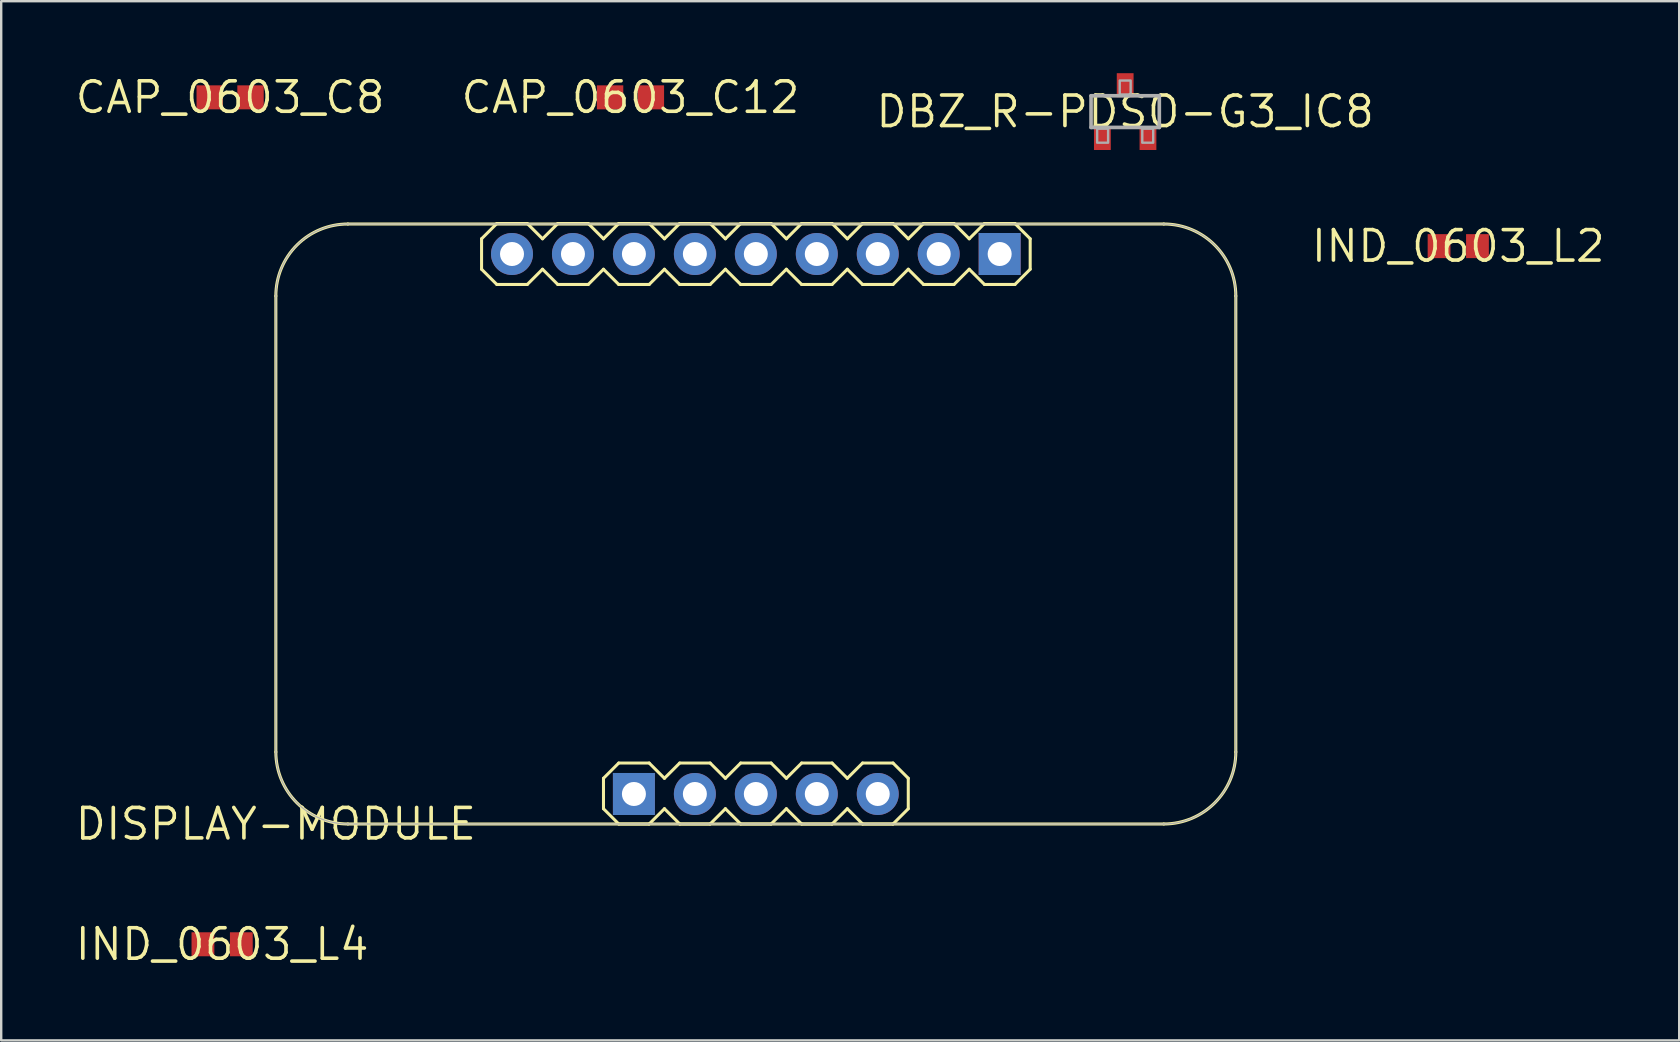
<source format=kicad_pcb>
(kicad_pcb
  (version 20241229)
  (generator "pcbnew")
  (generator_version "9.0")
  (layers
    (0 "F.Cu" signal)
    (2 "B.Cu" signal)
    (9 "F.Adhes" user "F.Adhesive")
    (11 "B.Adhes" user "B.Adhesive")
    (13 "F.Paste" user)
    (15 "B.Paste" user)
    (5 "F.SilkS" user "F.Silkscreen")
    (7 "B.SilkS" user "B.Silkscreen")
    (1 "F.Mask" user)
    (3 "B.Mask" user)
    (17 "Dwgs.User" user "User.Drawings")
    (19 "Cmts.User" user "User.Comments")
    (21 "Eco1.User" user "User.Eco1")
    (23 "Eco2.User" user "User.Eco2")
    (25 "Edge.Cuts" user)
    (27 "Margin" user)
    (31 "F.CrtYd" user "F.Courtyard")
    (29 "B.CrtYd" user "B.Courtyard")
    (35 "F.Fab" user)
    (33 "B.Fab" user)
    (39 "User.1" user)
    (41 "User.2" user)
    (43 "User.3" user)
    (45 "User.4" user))
  (footprint "IND_0603_L4"
    (layer "F.Cu")
    (at 6.206 36.296)
    (property "Reference" "IND_0603_L4" (at 0 0 0) (layer "F.SilkS") (effects (font (size 1.27 1.27) (thickness 0.15))))
    (pad "1" smd rect (at -0.8 0 90) (size 1 0.95) (layers "F.Cu" "F.Mask" "F.Paste"))
    (pad "2" smd rect (at 0.8 0 90) (size 1 0.95) (layers "F.Cu" "F.Mask" "F.Paste")))
  (footprint "IND_0603_L2"
    (layer "F.Cu")
    (at 57.713 7.206)
    (property "Reference" "IND_0603_L2" (at 0 0 0) (layer "F.SilkS") (effects (font (size 1.27 1.27) (thickness 0.15))))
    (pad "1" smd rect (at -0.8 0 90) (size 1 0.95) (layers "F.Cu" "F.Mask" "F.Paste"))
    (pad "2" smd rect (at 0.8 0 90) (size 1 0.95) (layers "F.Cu" "F.Mask" "F.Paste")))
  (footprint "CAP_0603_C8"
    (layer "F.Cu")
    (at 6.539 1.006)
    (property "Reference" "CAP_0603_C8" (at 0 0 0) (layer "F.SilkS") (effects (font (size 1.27 1.27) (thickness 0.15))))
    (pad "1" smd rect (at -0.85 0 90) (size 1 1.1) (layers "F.Cu" "F.Mask" "F.Paste"))
    (pad "2" smd rect (at 0.85 0 90) (size 1 1.1) (layers "F.Cu" "F.Mask" "F.Paste")))
  (footprint "DISPLAY-MODULE"
    (layer "F.Cu")
    (at 8.444 31.284)
    (property "Reference" "DISPLAY-MODULE" (at 0 0 0) (layer "F.SilkS") (effects (font (size 1.27 1.27) (thickness 0.15))))
    (fp_circle (center 9.84 -23.75) (end 10.277 -23.75) (stroke (width 0.875) (type solid)) (fill yes) (layer "F.Mask"))
    (fp_circle (center 12.38 -23.75) (end 12.818 -23.75) (stroke (width 0.875) (type solid)) (fill yes) (layer "F.Mask"))
    (fp_circle (center 14.92 -23.75) (end 15.357 -23.75) (stroke (width 0.875) (type solid)) (fill yes) (layer "F.Mask"))
    (fp_circle (center 17.46 -23.75) (end 17.898 -23.75) (stroke (width 0.875) (type solid)) (fill yes) (layer "F.Mask"))
    (fp_circle (center 17.46 -1.25) (end 17.898 -1.25) (stroke (width 0.875) (type solid)) (fill yes) (layer "F.Mask"))
    (fp_circle (center 20 -23.75) (end 20.438 -23.75) (stroke (width 0.875) (type solid)) (fill yes) (layer "F.Mask"))
    (fp_circle (center 20 -1.25) (end 20.438 -1.25) (stroke (width 0.875) (type solid)) (fill yes) (layer "F.Mask"))
    (fp_circle (center 22.54 -23.75) (end 22.977 -23.75) (stroke (width 0.875) (type solid)) (fill yes) (layer "F.Mask"))
    (fp_circle (center 22.54 -1.25) (end 22.977 -1.25) (stroke (width 0.875) (type solid)) (fill yes) (layer "F.Mask"))
    (fp_circle (center 25.08 -23.75) (end 25.517 -23.75) (stroke (width 0.875) (type solid)) (fill yes) (layer "F.Mask"))
    (fp_circle (center 25.08 -1.25) (end 25.517 -1.25) (stroke (width 0.875) (type solid)) (fill yes) (layer "F.Mask"))
    (fp_circle (center 27.62 -23.75) (end 28.058 -23.75) (stroke (width 0.875) (type solid)) (fill yes) (layer "F.Mask"))
    (fp_poly (pts (xy 14.045 -2.125) (xy 15.795 -2.125) (xy 15.795 -0.375) (xy 14.045 -0.375)) (stroke (width 0) (type default)) (fill yes) (layer "F.Mask"))
    (fp_poly (pts (xy 29.285 -24.625) (xy 31.035 -24.625) (xy 31.035 -22.875) (xy 29.285 -22.875)) (stroke (width 0) (type default)) (fill yes) (layer "F.Mask"))
    (fp_circle (center 9.84 -23.75) (end 10.277 -23.75) (stroke (width 0.875) (type solid)) (fill yes) (layer "B.Mask"))
    (fp_circle (center 12.38 -23.75) (end 12.818 -23.75) (stroke (width 0.875) (type solid)) (fill yes) (layer "B.Mask"))
    (fp_circle (center 14.92 -23.75) (end 15.357 -23.75) (stroke (width 0.875) (type solid)) (fill yes) (layer "B.Mask"))
    (fp_circle (center 17.46 -23.75) (end 17.898 -23.75) (stroke (width 0.875) (type solid)) (fill yes) (layer "B.Mask"))
    (fp_circle (center 17.46 -1.25) (end 17.898 -1.25) (stroke (width 0.875) (type solid)) (fill yes) (layer "B.Mask"))
    (fp_circle (center 20 -23.75) (end 20.438 -23.75) (stroke (width 0.875) (type solid)) (fill yes) (layer "B.Mask"))
    (fp_circle (center 20 -1.25) (end 20.438 -1.25) (stroke (width 0.875) (type solid)) (fill yes) (layer "B.Mask"))
    (fp_circle (center 22.54 -23.75) (end 22.977 -23.75) (stroke (width 0.875) (type solid)) (fill yes) (layer "B.Mask"))
    (fp_circle (center 22.54 -1.25) (end 22.977 -1.25) (stroke (width 0.875) (type solid)) (fill yes) (layer "B.Mask"))
    (fp_circle (center 25.08 -23.75) (end 25.517 -23.75) (stroke (width 0.875) (type solid)) (fill yes) (layer "B.Mask"))
    (fp_circle (center 25.08 -1.25) (end 25.517 -1.25) (stroke (width 0.875) (type solid)) (fill yes) (layer "B.Mask"))
    (fp_circle (center 27.62 -23.75) (end 28.058 -23.75) (stroke (width 0.875) (type solid)) (fill yes) (layer "B.Mask"))
    (fp_poly (pts (xy 14.045 -2.125) (xy 15.795 -2.125) (xy 15.795 -0.375) (xy 14.045 -0.375)) (stroke (width 0) (type default)) (fill yes) (layer "B.Mask"))
    (fp_poly (pts (xy 29.285 -24.625) (xy 31.035 -24.625) (xy 31.035 -22.875) (xy 29.285 -22.875)) (stroke (width 0) (type default)) (fill yes) (layer "B.Mask"))
    (fp_line (start 0 -22) (end 0 -3) (stroke (width 0.127) (type solid)) (layer "F.SilkS"))
    (fp_line (start 3 -25) (end 37 -25) (stroke (width 0.127) (type solid)) (layer "F.SilkS"))
    (fp_line (start 8.572 -24.384) (end 9.208 -25.02) (stroke (width 0.127) (type solid)) (layer "F.SilkS"))
    (fp_line (start 8.572 -23.116) (end 8.572 -24.384) (stroke (width 0.127) (type solid)) (layer "F.SilkS"))
    (fp_line (start 9.208 -25.02) (end 10.476 -25.02) (stroke (width 0.127) (type solid)) (layer "F.SilkS"))
    (fp_line (start 9.208 -22.48) (end 8.572 -23.116) (stroke (width 0.127) (type solid)) (layer "F.SilkS"))
    (fp_line (start 10.476 -25.02) (end 11.112 -24.384) (stroke (width 0.127) (type solid)) (layer "F.SilkS"))
    (fp_line (start 10.476 -22.48) (end 9.208 -22.48) (stroke (width 0.127) (type solid)) (layer "F.SilkS"))
    (fp_line (start 11.112 -24.384) (end 11.748 -25.02) (stroke (width 0.127) (type solid)) (layer "F.SilkS"))
    (fp_line (start 11.112 -23.116) (end 10.476 -22.48) (stroke (width 0.127) (type solid)) (layer "F.SilkS"))
    (fp_line (start 11.748 -25.02) (end 13.016 -25.02) (stroke (width 0.127) (type solid)) (layer "F.SilkS"))
    (fp_line (start 11.748 -22.48) (end 11.112 -23.116) (stroke (width 0.127) (type solid)) (layer "F.SilkS"))
    (fp_line (start 13.016 -25.02) (end 13.652 -24.384) (stroke (width 0.127) (type solid)) (layer "F.SilkS"))
    (fp_line (start 13.016 -22.48) (end 11.748 -22.48) (stroke (width 0.127) (type solid)) (layer "F.SilkS"))
    (fp_line (start 13.652 -24.384) (end 14.288 -25.02) (stroke (width 0.127) (type solid)) (layer "F.SilkS"))
    (fp_line (start 13.652 -23.116) (end 13.016 -22.48) (stroke (width 0.127) (type solid)) (layer "F.SilkS"))
    (fp_line (start 13.652 -1.904) (end 14.288 -2.54) (stroke (width 0.127) (type solid)) (layer "F.SilkS"))
    (fp_line (start 13.652 -0.636) (end 13.652 -1.904) (stroke (width 0.127) (type solid)) (layer "F.SilkS"))
    (fp_line (start 14.288 -25.02) (end 15.556 -25.02) (stroke (width 0.127) (type solid)) (layer "F.SilkS"))
    (fp_line (start 14.288 -22.48) (end 13.652 -23.116) (stroke (width 0.127) (type solid)) (layer "F.SilkS"))
    (fp_line (start 14.288 -2.54) (end 15.556 -2.54) (stroke (width 0.127) (type solid)) (layer "F.SilkS"))
    (fp_line (start 14.288 0) (end 13.652 -0.636) (stroke (width 0.127) (type solid)) (layer "F.SilkS"))
    (fp_line (start 15.556 -25.02) (end 16.192 -24.384) (stroke (width 0.127) (type solid)) (layer "F.SilkS"))
    (fp_line (start 15.556 -22.48) (end 14.288 -22.48) (stroke (width 0.127) (type solid)) (layer "F.SilkS"))
    (fp_line (start 15.556 -2.54) (end 16.192 -1.904) (stroke (width 0.127) (type solid)) (layer "F.SilkS"))
    (fp_line (start 15.556 0) (end 14.288 0) (stroke (width 0.127) (type solid)) (layer "F.SilkS"))
    (fp_line (start 16.192 -24.384) (end 16.828 -25.02) (stroke (width 0.127) (type solid)) (layer "F.SilkS"))
    (fp_line (start 16.192 -23.116) (end 15.556 -22.48) (stroke (width 0.127) (type solid)) (layer "F.SilkS"))
    (fp_line (start 16.192 -1.904) (end 16.828 -2.54) (stroke (width 0.127) (type solid)) (layer "F.SilkS"))
    (fp_line (start 16.192 -0.636) (end 15.556 0) (stroke (width 0.127) (type solid)) (layer "F.SilkS"))
    (fp_line (start 16.828 -25.02) (end 18.096 -25.02) (stroke (width 0.127) (type solid)) (layer "F.SilkS"))
    (fp_line (start 16.828 -22.48) (end 16.192 -23.116) (stroke (width 0.127) (type solid)) (layer "F.SilkS"))
    (fp_line (start 16.828 -2.54) (end 18.096 -2.54) (stroke (width 0.127) (type solid)) (layer "F.SilkS"))
    (fp_line (start 16.828 0) (end 16.192 -0.636) (stroke (width 0.127) (type solid)) (layer "F.SilkS"))
    (fp_line (start 18.096 -25.02) (end 18.732 -24.384) (stroke (width 0.127) (type solid)) (layer "F.SilkS"))
    (fp_line (start 18.096 -22.48) (end 16.828 -22.48) (stroke (width 0.127) (type solid)) (layer "F.SilkS"))
    (fp_line (start 18.096 -2.54) (end 18.732 -1.904) (stroke (width 0.127) (type solid)) (layer "F.SilkS"))
    (fp_line (start 18.096 0) (end 16.828 0) (stroke (width 0.127) (type solid)) (layer "F.SilkS"))
    (fp_line (start 18.732 -24.384) (end 19.368 -25.02) (stroke (width 0.127) (type solid)) (layer "F.SilkS"))
    (fp_line (start 18.732 -23.116) (end 18.096 -22.48) (stroke (width 0.127) (type solid)) (layer "F.SilkS"))
    (fp_line (start 18.732 -1.904) (end 19.368 -2.54) (stroke (width 0.127) (type solid)) (layer "F.SilkS"))
    (fp_line (start 18.732 -0.636) (end 18.096 0) (stroke (width 0.127) (type solid)) (layer "F.SilkS"))
    (fp_line (start 19.368 -25.02) (end 20.636 -25.02) (stroke (width 0.127) (type solid)) (layer "F.SilkS"))
    (fp_line (start 19.368 -22.48) (end 18.732 -23.116) (stroke (width 0.127) (type solid)) (layer "F.SilkS"))
    (fp_line (start 19.368 -2.54) (end 20.636 -2.54) (stroke (width 0.127) (type solid)) (layer "F.SilkS"))
    (fp_line (start 19.368 0) (end 18.732 -0.636) (stroke (width 0.127) (type solid)) (layer "F.SilkS"))
    (fp_line (start 20.636 -25.02) (end 21.272 -24.384) (stroke (width 0.127) (type solid)) (layer "F.SilkS"))
    (fp_line (start 20.636 -22.48) (end 19.368 -22.48) (stroke (width 0.127) (type solid)) (layer "F.SilkS"))
    (fp_line (start 20.636 -2.54) (end 21.272 -1.904) (stroke (width 0.127) (type solid)) (layer "F.SilkS"))
    (fp_line (start 20.636 0) (end 19.368 0) (stroke (width 0.127) (type solid)) (layer "F.SilkS"))
    (fp_line (start 21.272 -24.384) (end 21.908 -25.02) (stroke (width 0.127) (type solid)) (layer "F.SilkS"))
    (fp_line (start 21.272 -23.116) (end 20.636 -22.48) (stroke (width 0.127) (type solid)) (layer "F.SilkS"))
    (fp_line (start 21.272 -1.904) (end 21.908 -2.54) (stroke (width 0.127) (type solid)) (layer "F.SilkS"))
    (fp_line (start 21.272 -0.636) (end 20.636 0) (stroke (width 0.127) (type solid)) (layer "F.SilkS"))
    (fp_line (start 21.908 -25.02) (end 23.176 -25.02) (stroke (width 0.127) (type solid)) (layer "F.SilkS"))
    (fp_line (start 21.908 -22.48) (end 21.272 -23.116) (stroke (width 0.127) (type solid)) (layer "F.SilkS"))
    (fp_line (start 21.908 -2.54) (end 23.176 -2.54) (stroke (width 0.127) (type solid)) (layer "F.SilkS"))
    (fp_line (start 21.908 0) (end 21.272 -0.636) (stroke (width 0.127) (type solid)) (layer "F.SilkS"))
    (fp_line (start 23.176 -25.02) (end 23.812 -24.384) (stroke (width 0.127) (type solid)) (layer "F.SilkS"))
    (fp_line (start 23.176 -22.48) (end 21.908 -22.48) (stroke (width 0.127) (type solid)) (layer "F.SilkS"))
    (fp_line (start 23.176 -2.54) (end 23.812 -1.904) (stroke (width 0.127) (type solid)) (layer "F.SilkS"))
    (fp_line (start 23.176 0) (end 21.908 0) (stroke (width 0.127) (type solid)) (layer "F.SilkS"))
    (fp_line (start 23.812 -24.384) (end 24.448 -25.02) (stroke (width 0.127) (type solid)) (layer "F.SilkS"))
    (fp_line (start 23.812 -23.116) (end 23.176 -22.48) (stroke (width 0.127) (type solid)) (layer "F.SilkS"))
    (fp_line (start 23.812 -1.904) (end 24.448 -2.54) (stroke (width 0.127) (type solid)) (layer "F.SilkS"))
    (fp_line (start 23.812 -0.636) (end 23.176 0) (stroke (width 0.127) (type solid)) (layer "F.SilkS"))
    (fp_line (start 24.448 -25.02) (end 25.716 -25.02) (stroke (width 0.127) (type solid)) (layer "F.SilkS"))
    (fp_line (start 24.448 -22.48) (end 23.812 -23.116) (stroke (width 0.127) (type solid)) (layer "F.SilkS"))
    (fp_line (start 24.448 -2.54) (end 25.716 -2.54) (stroke (width 0.127) (type solid)) (layer "F.SilkS"))
    (fp_line (start 24.448 0) (end 23.812 -0.636) (stroke (width 0.127) (type solid)) (layer "F.SilkS"))
    (fp_line (start 25.716 -25.02) (end 26.352 -24.384) (stroke (width 0.127) (type solid)) (layer "F.SilkS"))
    (fp_line (start 25.716 -22.48) (end 24.448 -22.48) (stroke (width 0.127) (type solid)) (layer "F.SilkS"))
    (fp_line (start 25.716 -2.54) (end 26.352 -1.904) (stroke (width 0.127) (type solid)) (layer "F.SilkS"))
    (fp_line (start 25.716 0) (end 24.448 0) (stroke (width 0.127) (type solid)) (layer "F.SilkS"))
    (fp_line (start 26.352 -24.384) (end 26.988 -25.02) (stroke (width 0.127) (type solid)) (layer "F.SilkS"))
    (fp_line (start 26.352 -23.116) (end 25.716 -22.48) (stroke (width 0.127) (type solid)) (layer "F.SilkS"))
    (fp_line (start 26.352 -1.904) (end 26.352 -0.636) (stroke (width 0.127) (type solid)) (layer "F.SilkS"))
    (fp_line (start 26.352 -0.636) (end 25.716 0) (stroke (width 0.127) (type solid)) (layer "F.SilkS"))
    (fp_line (start 26.988 -25.02) (end 28.256 -25.02) (stroke (width 0.127) (type solid)) (layer "F.SilkS"))
    (fp_line (start 26.988 -22.48) (end 26.352 -23.116) (stroke (width 0.127) (type solid)) (layer "F.SilkS"))
    (fp_line (start 28.256 -25.02) (end 28.892 -24.384) (stroke (width 0.127) (type solid)) (layer "F.SilkS"))
    (fp_line (start 28.256 -22.48) (end 26.988 -22.48) (stroke (width 0.127) (type solid)) (layer "F.SilkS"))
    (fp_line (start 28.892 -24.384) (end 29.528 -25.02) (stroke (width 0.127) (type solid)) (layer "F.SilkS"))
    (fp_line (start 28.892 -23.116) (end 28.256 -22.48) (stroke (width 0.127) (type solid)) (layer "F.SilkS"))
    (fp_line (start 29.528 -25.02) (end 30.796 -25.02) (stroke (width 0.127) (type solid)) (layer "F.SilkS"))
    (fp_line (start 29.528 -22.48) (end 28.892 -23.116) (stroke (width 0.127) (type solid)) (layer "F.SilkS"))
    (fp_line (start 30.796 -25.02) (end 31.432 -24.384) (stroke (width 0.127) (type solid)) (layer "F.SilkS"))
    (fp_line (start 30.796 -22.48) (end 29.528 -22.48) (stroke (width 0.127) (type solid)) (layer "F.SilkS"))
    (fp_line (start 31.432 -24.384) (end 31.432 -23.116) (stroke (width 0.127) (type solid)) (layer "F.SilkS"))
    (fp_line (start 31.432 -23.116) (end 30.796 -22.48) (stroke (width 0.127) (type solid)) (layer "F.SilkS"))
    (fp_line (start 37 0) (end 3 0) (stroke (width 0.127) (type solid)) (layer "F.SilkS"))
    (fp_line (start 40 -22) (end 40 -3) (stroke (width 0.127) (type solid)) (layer "F.SilkS"))
    (fp_arc (start -0.000001 -22) (mid 0.877863 -24.122136) (end 3 -25) (stroke (width 0.127) (type solid)) (layer "F.SilkS"))
    (fp_arc (start 3 0) (mid 0.879615 -0.879615) (end 0 -3) (stroke (width 0.127) (type solid)) (layer "F.SilkS"))
    (fp_arc (start 36.999999 -25) (mid 39.121634 -24.121635) (end 40 -22) (stroke (width 0.127) (type solid)) (layer "F.SilkS"))
    (fp_arc (start 39.999999 -3.000001) (mid 39.121393 -0.878608) (end 37 0) (stroke (width 0.127) (type solid)) (layer "F.SilkS"))
    (fp_line (start 0 -3) (end 0 -22) (stroke (width 0.05) (type solid)) (layer "F.Fab"))
    (fp_line (start 3 -25) (end 37 -25) (stroke (width 0.05) (type solid)) (layer "F.Fab"))
    (fp_line (start 37 0) (end 3 0) (stroke (width 0.05) (type solid)) (layer "F.Fab"))
    (fp_line (start 40 -22) (end 40 -3) (stroke (width 0.05) (type solid)) (layer "F.Fab"))
    (fp_arc (start -0.000001 -22) (mid 0.877863 -24.122136) (end 3 -25) (stroke (width 0.05) (type solid)) (layer "F.Fab"))
    (fp_arc (start 3 0) (mid 0.879615 -0.879615) (end 0 -3) (stroke (width 0.05) (type solid)) (layer "F.Fab"))
    (fp_arc (start 36.999999 -25) (mid 39.121634 -24.121635) (end 40 -22) (stroke (width 0.05) (type solid)) (layer "F.Fab"))
    (fp_arc (start 39.999999 -3.000001) (mid 39.121393 -0.878608) (end 37 0) (stroke (width 0.05) (type solid)) (layer "F.Fab"))
    (pad "1" thru_hole rect (at 14.92 -1.25) (size 1.75 1.75) (drill 1) (layers "*.Cu"))
    (pad "2" thru_hole circle (at 17.46 -1.25) (size 1.75 1.75) (drill 1) (layers "*.Cu"))
    (pad "3" thru_hole circle (at 20 -1.25) (size 1.75 1.75) (drill 1) (layers "*.Cu"))
    (pad "4" thru_hole circle (at 22.54 -1.25) (size 1.75 1.75) (drill 1) (layers "*.Cu"))
    (pad "5" thru_hole circle (at 25.08 -1.25) (size 1.75 1.75) (drill 1) (layers "*.Cu"))
    (pad "6" thru_hole rect (at 30.16 -23.75) (size 1.75 1.75) (drill 1) (layers "*.Cu"))
    (pad "7" thru_hole circle (at 27.62 -23.75) (size 1.75 1.75) (drill 1) (layers "*.Cu"))
    (pad "8" thru_hole circle (at 25.08 -23.75) (size 1.75 1.75) (drill 1) (layers "*.Cu"))
    (pad "9" thru_hole circle (at 22.54 -23.75) (size 1.75 1.75) (drill 1) (layers "*.Cu"))
    (pad "10" thru_hole circle (at 20 -23.75) (size 1.75 1.75) (drill 1) (layers "*.Cu"))
    (pad "11" thru_hole circle (at 17.46 -23.75) (size 1.75 1.75) (drill 1) (layers "*.Cu"))
    (pad "12" thru_hole circle (at 14.92 -23.75) (size 1.75 1.75) (drill 1) (layers "*.Cu"))
    (pad "13" thru_hole circle (at 12.38 -23.75) (size 1.75 1.75) (drill 1) (layers "*.Cu"))
    (pad "14" thru_hole circle (at 9.84 -23.75) (size 1.75 1.75) (drill 1) (layers "*.Cu")))
  (footprint "DBZ_R-PDSO-G3_IC8"
    (layer "F.Cu")
    (at 43.834 1.6)
    (property "Reference" "DBZ_R-PDSO-G3_IC8" (at 0 0 0) (layer "F.SilkS") (effects (font (size 1.27 1.27) (thickness 0.15))))
    (fp_poly (pts (xy -1.3 0.6) (xy -0.6 0.6) (xy -0.6 1.6) (xy -1.3 1.6)) (stroke (width 0) (type default)) (fill yes) (layer "F.Mask"))
    (fp_poly (pts (xy -0.35 -1.6) (xy 0.35 -1.6) (xy 0.35 -0.6) (xy -0.35 -0.6)) (stroke (width 0) (type default)) (fill yes) (layer "F.Mask"))
    (fp_poly (pts (xy 0.6 0.6) (xy 1.3 0.6) (xy 1.3 1.6) (xy 0.6 1.6)) (stroke (width 0) (type default)) (fill yes) (layer "F.Mask"))
    (fp_poly (pts (xy -1.3 0.6) (xy -0.6 0.6) (xy -0.6 1.6) (xy -1.3 1.6)) (stroke (width 0) (type default)) (fill yes) (layer "F.Paste"))
    (fp_poly (pts (xy -0.35 -1.6) (xy 0.35 -1.6) (xy 0.35 -0.6) (xy -0.35 -0.6)) (stroke (width 0) (type default)) (fill yes) (layer "F.Paste"))
    (fp_poly (pts (xy 0.6 0.6) (xy 1.3 0.6) (xy 1.3 1.6) (xy 0.6 1.6)) (stroke (width 0) (type default)) (fill yes) (layer "F.Paste"))
    (fp_line (start -1.422 -0.66) (end 1.422 -0.66) (stroke (width 0.152) (type solid)) (layer "F.Fab"))
    (fp_line (start -1.422 0.66) (end -1.422 -0.66) (stroke (width 0.152) (type solid)) (layer "F.Fab"))
    (fp_line (start 1.422 -0.66) (end 1.422 0.66) (stroke (width 0.152) (type solid)) (layer "F.Fab"))
    (fp_line (start 1.422 0.66) (end -1.422 0.66) (stroke (width 0.152) (type solid)) (layer "F.Fab"))
    (fp_poly (pts (xy -0.711 0.711) (xy -1.168 0.711) (xy -1.168 1.296) (xy -0.711 1.296)) (stroke (width 0.1) (type default)) (fill no) (layer "F.Fab"))
    (fp_poly (pts (xy 0.228 -1.295) (xy -0.228 -1.295) (xy -0.228 -0.711) (xy 0.228 -0.711)) (stroke (width 0.1) (type default)) (fill no) (layer "F.Fab"))
    (fp_poly (pts (xy 1.168 0.711) (xy 0.712 0.711) (xy 0.712 1.296) (xy 1.168 1.296)) (stroke (width 0.1) (type default)) (fill no) (layer "F.Fab"))
    (pad "1" smd rect (at -0.95 1.1) (size 0.7 1) (layers "F.Cu"))
    (pad "2" smd rect (at 0.95 1.1) (size 0.7 1) (layers "F.Cu"))
    (pad "3" smd rect (at 0 -1.1) (size 0.7 1) (layers "F.Cu")))
  (footprint "CAP_0603_C12"
    (layer "F.Cu")
    (at 23.221 1.006)
    (property "Reference" "CAP_0603_C12" (at 0 0 0) (layer "F.SilkS") (effects (font (size 1.27 1.27) (thickness 0.15))))
    (pad "1" smd rect (at -0.85 0 90) (size 1 1.1) (layers "F.Cu" "F.Mask" "F.Paste"))
    (pad "2" smd rect (at 0.85 0 90) (size 1 1.1) (layers "F.Cu" "F.Mask" "F.Paste")))
  (gr_rect
    (start -3 -3)
    (end 66.919 40.302)
    (stroke (width 0.1) (type default))
    (fill no)
    (layer "Edge.Cuts")))
</source>
